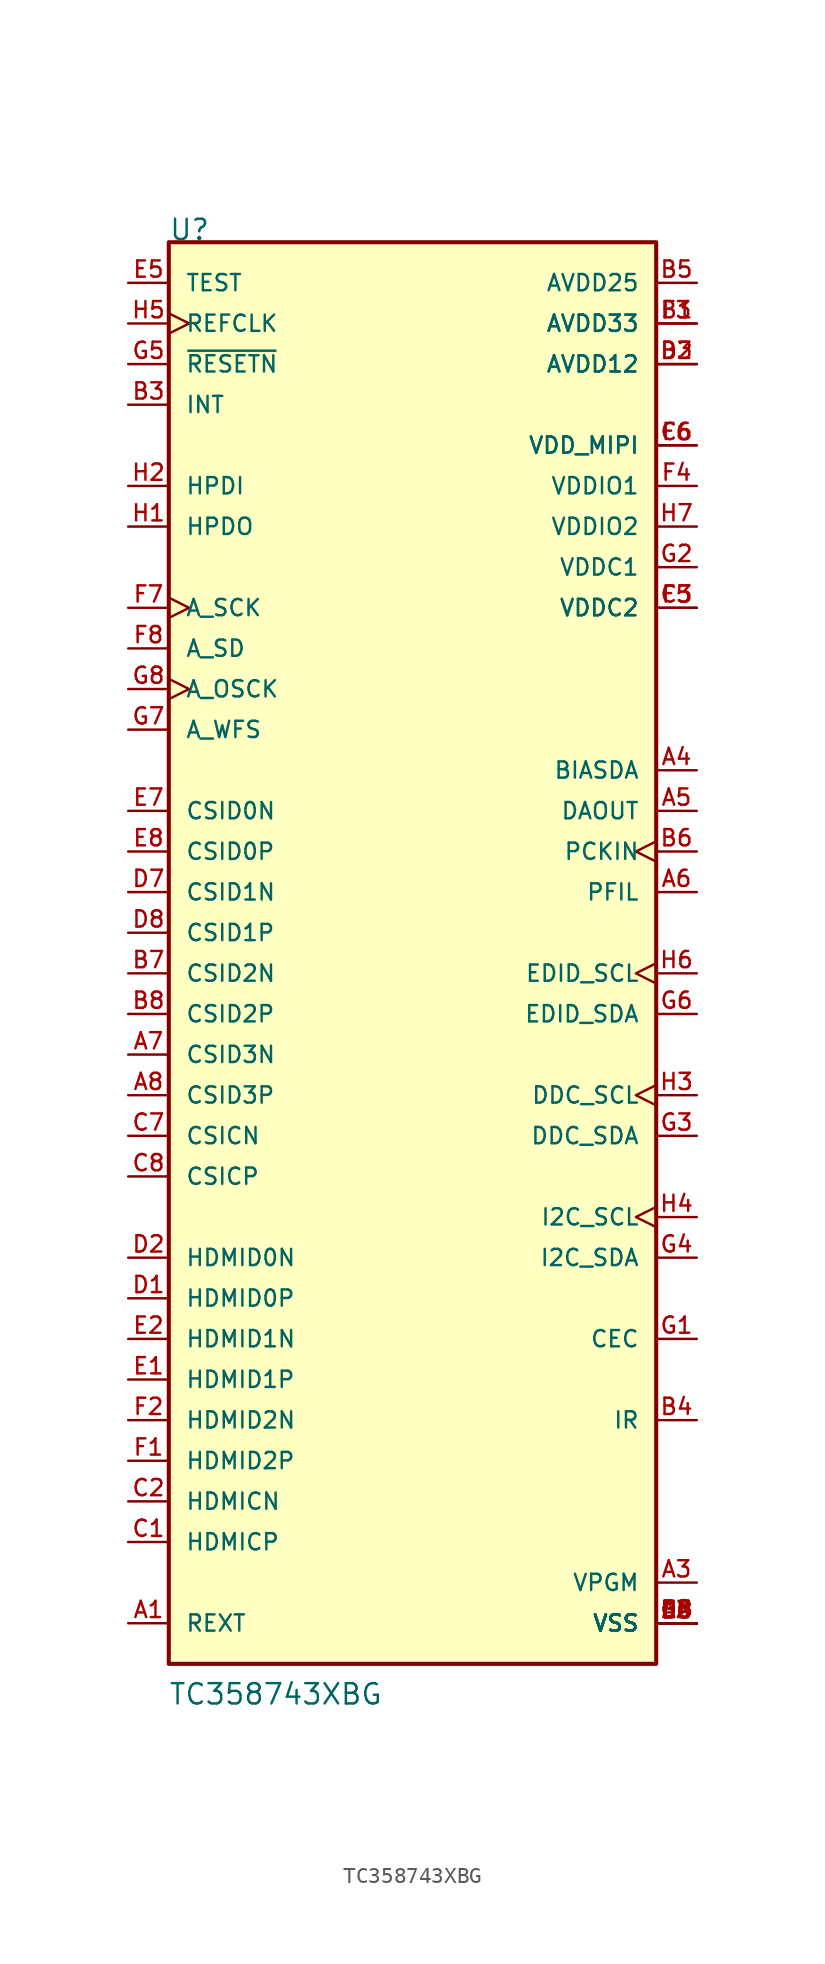
<source format=kicad_sym>
(kicad_symbol_lib
  (version 20241209)
  (generator "kicad_symbol_editor")
  (generator_version "9.0")
  (symbol "TC358743XBG"
    (pin_names
      (offset 1.016))
    (property "Reference" "U"
      (at -15.252 45.756 0)
      (effects (font (size 1.27 1.27)) (justify left bottom)))
    (property "Value" "TC358743XBG"
      (at -15.273 -45.819 0)
      (effects (font (size 1.27 1.27)) (justify left bottom)))
    (symbol "TC358743XBG_0_0"
      (rectangle (start -15.24 -43.18) (end 15.24 45.72) (stroke (width 0.254) (type default)) (fill (type background)))
      (pin input line (at -17.78 43.18 0) (length 2.54) (name "TEST" (effects (font (size 1.016 1.016)))) (number "E5" (effects (font (size 1.016 1.016)))))
      (pin input clock (at -17.78 40.64 0) (length 2.54) (name "REFCLK" (effects (font (size 1.016 1.016)))) (number "H5" (effects (font (size 1.016 1.016)))))
      (pin input line (at -17.78 38.1 0) (length 2.54) (name "~{RESETN}" (effects (font (size 1.016 1.016)))) (number "G5" (effects (font (size 1.016 1.016)))))
      (pin output line (at -17.78 35.56 0) (length 2.54) (name "INT" (effects (font (size 1.016 1.016)))) (number "B3" (effects (font (size 1.016 1.016)))))
      (pin input line (at -17.78 30.48 0) (length 2.54) (name "HPDI" (effects (font (size 1.016 1.016)))) (number "H2" (effects (font (size 1.016 1.016)))))
      (pin output line (at -17.78 27.94 0) (length 2.54) (name "HPDO" (effects (font (size 1.016 1.016)))) (number "H1" (effects (font (size 1.016 1.016)))))
      (pin output clock (at -17.78 22.86 0) (length 2.54) (name "A_SCK" (effects (font (size 1.016 1.016)))) (number "F7" (effects (font (size 1.016 1.016)))))
      (pin output line (at -17.78 20.32 0) (length 2.54) (name "A_SD" (effects (font (size 1.016 1.016)))) (number "F8" (effects (font (size 1.016 1.016)))))
      (pin output clock (at -17.78 17.78 0) (length 2.54) (name "A_OSCK" (effects (font (size 1.016 1.016)))) (number "G8" (effects (font (size 1.016 1.016)))))
      (pin output line (at -17.78 15.24 0) (length 2.54) (name "A_WFS" (effects (font (size 1.016 1.016)))) (number "G7" (effects (font (size 1.016 1.016)))))
      (pin bidirectional line (at -17.78 10.16 0) (length 2.54) (name "CSID0N" (effects (font (size 1.016 1.016)))) (number "E7" (effects (font (size 1.016 1.016)))))
      (pin bidirectional line (at -17.78 7.62 0) (length 2.54) (name "CSID0P" (effects (font (size 1.016 1.016)))) (number "E8" (effects (font (size 1.016 1.016)))))
      (pin bidirectional line (at -17.78 5.08 0) (length 2.54) (name "CSID1N" (effects (font (size 1.016 1.016)))) (number "D7" (effects (font (size 1.016 1.016)))))
      (pin bidirectional line (at -17.78 2.54 0) (length 2.54) (name "CSID1P" (effects (font (size 1.016 1.016)))) (number "D8" (effects (font (size 1.016 1.016)))))
      (pin bidirectional line (at -17.78 0 0) (length 2.54) (name "CSID2N" (effects (font (size 1.016 1.016)))) (number "B7" (effects (font (size 1.016 1.016)))))
      (pin bidirectional line (at -17.78 -2.54 0) (length 2.54) (name "CSID2P" (effects (font (size 1.016 1.016)))) (number "B8" (effects (font (size 1.016 1.016)))))
      (pin bidirectional line (at -17.78 -5.08 0) (length 2.54) (name "CSID3N" (effects (font (size 1.016 1.016)))) (number "A7" (effects (font (size 1.016 1.016)))))
      (pin bidirectional line (at -17.78 -7.62 0) (length 2.54) (name "CSID3P" (effects (font (size 1.016 1.016)))) (number "A8" (effects (font (size 1.016 1.016)))))
      (pin bidirectional line (at -17.78 -10.16 0) (length 2.54) (name "CSICN" (effects (font (size 1.016 1.016)))) (number "C7" (effects (font (size 1.016 1.016)))))
      (pin bidirectional line (at -17.78 -12.7 0) (length 2.54) (name "CSICP" (effects (font (size 1.016 1.016)))) (number "C8" (effects (font (size 1.016 1.016)))))
      (pin bidirectional line (at -17.78 -17.78 0) (length 2.54) (name "HDMID0N" (effects (font (size 1.016 1.016)))) (number "D2" (effects (font (size 1.016 1.016)))))
      (pin bidirectional line (at -17.78 -20.32 0) (length 2.54) (name "HDMID0P" (effects (font (size 1.016 1.016)))) (number "D1" (effects (font (size 1.016 1.016)))))
      (pin bidirectional line (at -17.78 -22.86 0) (length 2.54) (name "HDMID1N" (effects (font (size 1.016 1.016)))) (number "E2" (effects (font (size 1.016 1.016)))))
      (pin bidirectional line (at -17.78 -25.4 0) (length 2.54) (name "HDMID1P" (effects (font (size 1.016 1.016)))) (number "E1" (effects (font (size 1.016 1.016)))))
      (pin bidirectional line (at -17.78 -27.94 0) (length 2.54) (name "HDMID2N" (effects (font (size 1.016 1.016)))) (number "F2" (effects (font (size 1.016 1.016)))))
      (pin bidirectional line (at -17.78 -30.48 0) (length 2.54) (name "HDMID2P" (effects (font (size 1.016 1.016)))) (number "F1" (effects (font (size 1.016 1.016)))))
      (pin bidirectional line (at -17.78 -33.02 0) (length 2.54) (name "HDMICN" (effects (font (size 1.016 1.016)))) (number "C2" (effects (font (size 1.016 1.016)))))
      (pin bidirectional line (at -17.78 -35.56 0) (length 2.54) (name "HDMICP" (effects (font (size 1.016 1.016)))) (number "C1" (effects (font (size 1.016 1.016)))))
      (pin passive line (at -17.78 -40.64 0) (length 2.54) (name "REXT" (effects (font (size 1.016 1.016)))) (number "A1" (effects (font (size 1.016 1.016)))))
      (pin power_in line (at 17.78 43.18 180) (length 2.54) (name "AVDD25" (effects (font (size 1.016 1.016)))) (number "B5" (effects (font (size 1.016 1.016)))))
      (pin power_in line (at 17.78 40.64 180) (length 2.54) (name "AVDD33" (effects (font (size 1.016 1.016)))) (number "B1" (effects (font (size 1.016 1.016)))))
      (pin power_in line (at 17.78 40.64 180) (length 2.54) (name "AVDD33" (effects (font (size 1.016 1.016)))) (number "F3" (effects (font (size 1.016 1.016)))))
      (pin power_in line (at 17.78 38.1 180) (length 2.54) (name "AVDD12" (effects (font (size 1.016 1.016)))) (number "B2" (effects (font (size 1.016 1.016)))))
      (pin power_in line (at 17.78 38.1 180) (length 2.54) (name "AVDD12" (effects (font (size 1.016 1.016)))) (number "D3" (effects (font (size 1.016 1.016)))))
      (pin power_in line (at 17.78 33.02 180) (length 2.54) (name "VDD_MIPI" (effects (font (size 1.016 1.016)))) (number "C6" (effects (font (size 1.016 1.016)))))
      (pin power_in line (at 17.78 33.02 180) (length 2.54) (name "VDD_MIPI" (effects (font (size 1.016 1.016)))) (number "F6" (effects (font (size 1.016 1.016)))))
      (pin power_in line (at 17.78 30.48 180) (length 2.54) (name "VDDIO1" (effects (font (size 1.016 1.016)))) (number "F4" (effects (font (size 1.016 1.016)))))
      (pin power_in line (at 17.78 27.94 180) (length 2.54) (name "VDDIO2" (effects (font (size 1.016 1.016)))) (number "H7" (effects (font (size 1.016 1.016)))))
      (pin power_in line (at 17.78 25.4 180) (length 2.54) (name "VDDC1" (effects (font (size 1.016 1.016)))) (number "G2" (effects (font (size 1.016 1.016)))))
      (pin power_in line (at 17.78 22.86 180) (length 2.54) (name "VDDC2" (effects (font (size 1.016 1.016)))) (number "C3" (effects (font (size 1.016 1.016)))))
      (pin power_in line (at 17.78 22.86 180) (length 2.54) (name "VDDC2" (effects (font (size 1.016 1.016)))) (number "F5" (effects (font (size 1.016 1.016)))))
      (pin output line (at 17.78 12.7 180) (length 2.54) (name "BIASDA" (effects (font (size 1.016 1.016)))) (number "A4" (effects (font (size 1.016 1.016)))))
      (pin output line (at 17.78 10.16 180) (length 2.54) (name "DAOUT" (effects (font (size 1.016 1.016)))) (number "A5" (effects (font (size 1.016 1.016)))))
      (pin input clock (at 17.78 7.62 180) (length 2.54) (name "PCKIN" (effects (font (size 1.016 1.016)))) (number "B6" (effects (font (size 1.016 1.016)))))
      (pin output line (at 17.78 5.08 180) (length 2.54) (name "PFIL" (effects (font (size 1.016 1.016)))) (number "A6" (effects (font (size 1.016 1.016)))))
      (pin bidirectional clock (at 17.78 0 180) (length 2.54) (name "EDID_SCL" (effects (font (size 1.016 1.016)))) (number "H6" (effects (font (size 1.016 1.016)))))
      (pin bidirectional line (at 17.78 -2.54 180) (length 2.54) (name "EDID_SDA" (effects (font (size 1.016 1.016)))) (number "G6" (effects (font (size 1.016 1.016)))))
      (pin bidirectional clock (at 17.78 -7.62 180) (length 2.54) (name "DDC_SCL" (effects (font (size 1.016 1.016)))) (number "H3" (effects (font (size 1.016 1.016)))))
      (pin bidirectional line (at 17.78 -10.16 180) (length 2.54) (name "DDC_SDA" (effects (font (size 1.016 1.016)))) (number "G3" (effects (font (size 1.016 1.016)))))
      (pin bidirectional clock (at 17.78 -15.24 180) (length 2.54) (name "I2C_SCL" (effects (font (size 1.016 1.016)))) (number "H4" (effects (font (size 1.016 1.016)))))
      (pin bidirectional line (at 17.78 -17.78 180) (length 2.54) (name "I2C_SDA" (effects (font (size 1.016 1.016)))) (number "G4" (effects (font (size 1.016 1.016)))))
      (pin bidirectional line (at 17.78 -22.86 180) (length 2.54) (name "CEC" (effects (font (size 1.016 1.016)))) (number "G1" (effects (font (size 1.016 1.016)))))
      (pin input line (at 17.78 -27.94 180) (length 2.54) (name "IR" (effects (font (size 1.016 1.016)))) (number "B4" (effects (font (size 1.016 1.016)))))
      (pin power_in line (at 17.78 -38.1 180) (length 2.54) (name "VPGM" (effects (font (size 1.016 1.016)))) (number "A3" (effects (font (size 1.016 1.016)))))
      (pin power_in line (at 17.78 -40.64 180) (length 2.54) (name "VSS" (effects (font (size 1.016 1.016)))) (number "A2" (effects (font (size 1.016 1.016)))))
      (pin power_in line (at 17.78 -40.64 180) (length 2.54) (name "VSS" (effects (font (size 1.016 1.016)))) (number "C4" (effects (font (size 1.016 1.016)))))
      (pin power_in line (at 17.78 -40.64 180) (length 2.54) (name "VSS" (effects (font (size 1.016 1.016)))) (number "C5" (effects (font (size 1.016 1.016)))))
      (pin power_in line (at 17.78 -40.64 180) (length 2.54) (name "VSS" (effects (font (size 1.016 1.016)))) (number "D4" (effects (font (size 1.016 1.016)))))
      (pin power_in line (at 17.78 -40.64 180) (length 2.54) (name "VSS" (effects (font (size 1.016 1.016)))) (number "D5" (effects (font (size 1.016 1.016)))))
      (pin power_in line (at 17.78 -40.64 180) (length 2.54) (name "VSS" (effects (font (size 1.016 1.016)))) (number "D6" (effects (font (size 1.016 1.016)))))
      (pin power_in line (at 17.78 -40.64 180) (length 2.54) (name "VSS" (effects (font (size 1.016 1.016)))) (number "E3" (effects (font (size 1.016 1.016)))))
      (pin power_in line (at 17.78 -40.64 180) (length 2.54) (name "VSS" (effects (font (size 1.016 1.016)))) (number "E4" (effects (font (size 1.016 1.016)))))
      (pin power_in line (at 17.78 -40.64 180) (length 2.54) (name "VSS" (effects (font (size 1.016 1.016)))) (number "E6" (effects (font (size 1.016 1.016)))))
      (pin power_in line (at 17.78 -40.64 180) (length 2.54) (name "VSS" (effects (font (size 1.016 1.016)))) (number "H8" (effects (font (size 1.016 1.016))))))))
</source>
